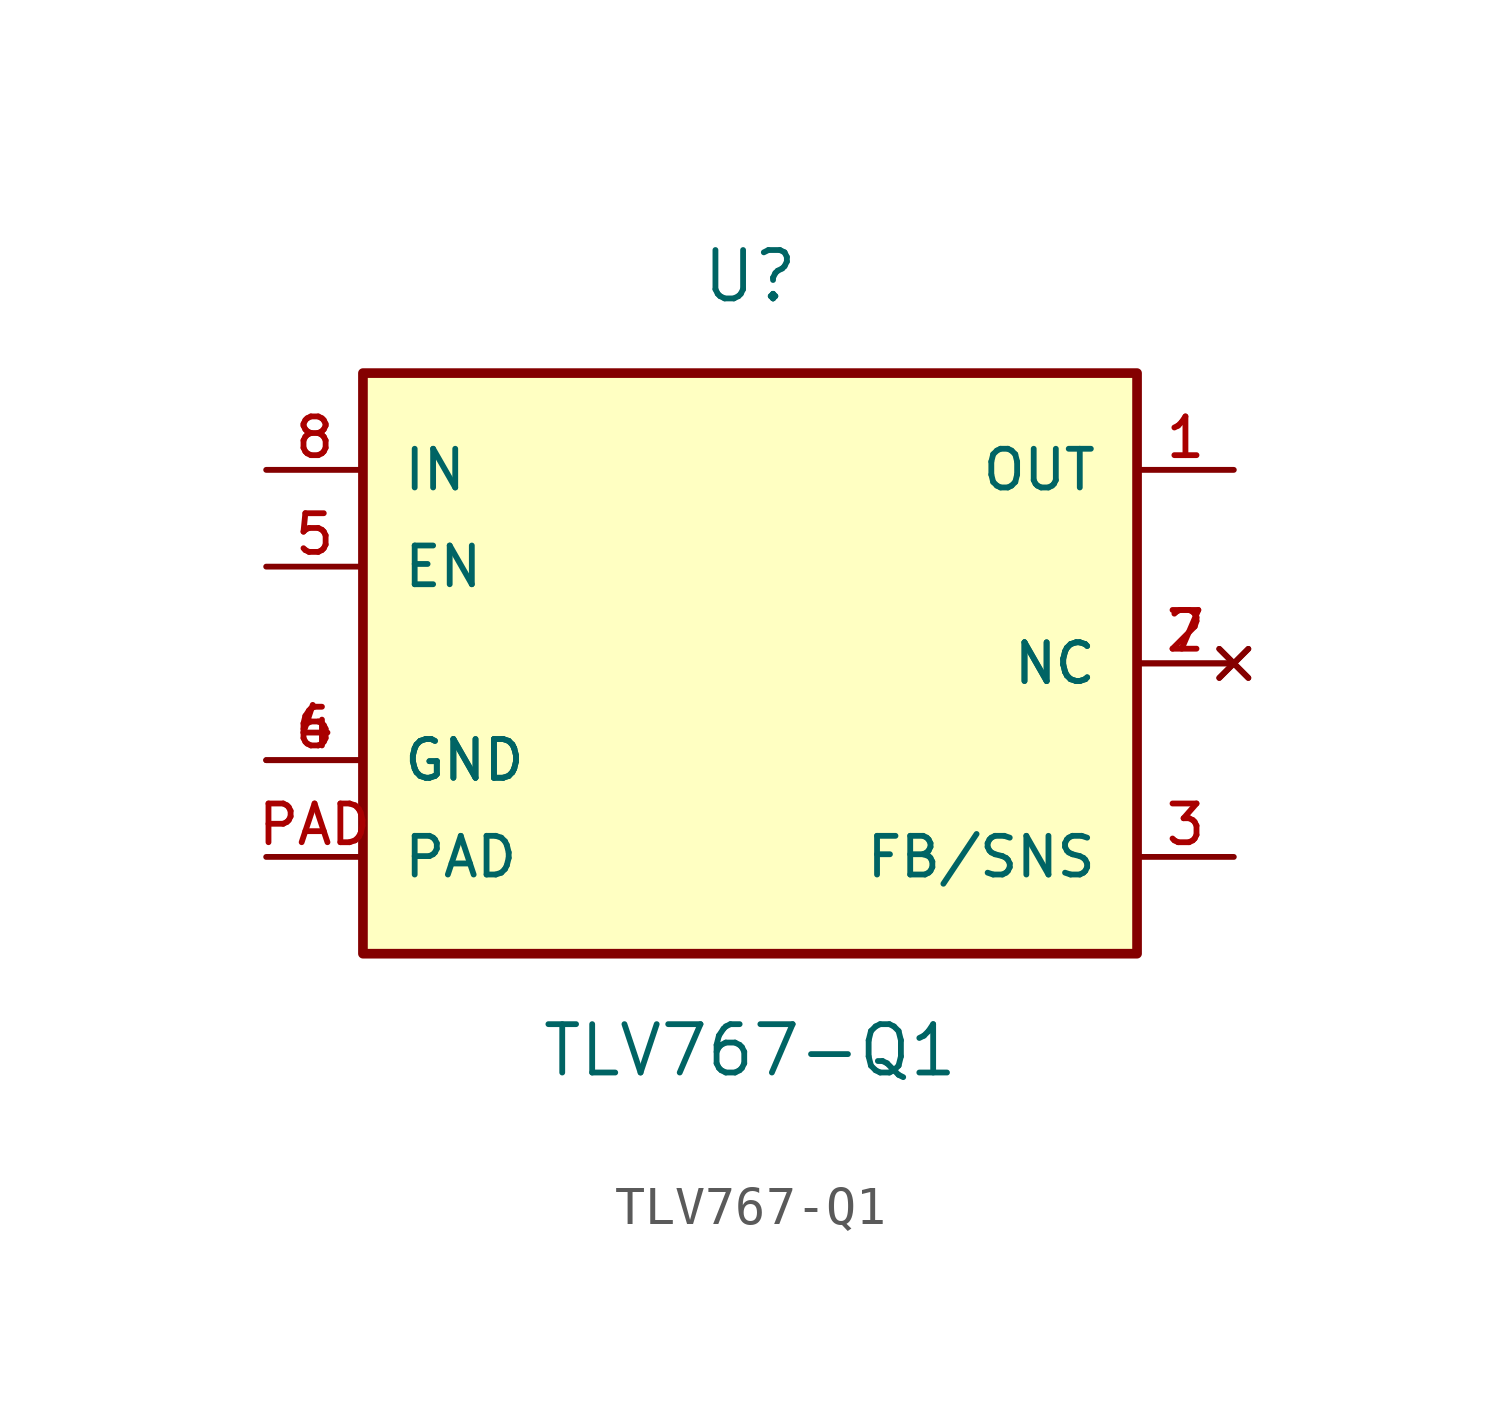
<source format=kicad_sym>
(kicad_symbol_lib
  (version 20211014)
  (generator kicad_symbol_editor)
  (symbol "TLV767-Q1"
    (pin_names
      (offset 1.016))
    (property "Reference" "U"
      (at 0.0 10.16 0)
      (effects (font (size 1.27 1.27))))
    (property "Value" "TLV767-Q1"
      (at 0.0 -10.16 0)
      (effects (font (size 1.27 1.27))))
    (symbol "TLV767-Q1_0_0"
      (rectangle (start -10.16 -7.62) (end 10.16 7.62) (stroke (width 0.254)) (fill (type background)))
      (pin input line (at -12.7 2.54 0) (length 2.54) (name "EN" (effects (font (size 1.016 1.016)))) (number "5" (effects (font (size 1.016 1.016)))))
      (pin power_in line (at -12.7 -2.54 0) (length 2.54) (name "GND" (effects (font (size 1.016 1.016)))) (number "4" (effects (font (size 1.016 1.016)))))
      (pin power_in line (at -12.7 -2.54 0) (length 2.54) (name "GND" (effects (font (size 1.016 1.016)))) (number "6" (effects (font (size 1.016 1.016)))))
      (pin power_in line (at 12.7 5.08 180.0) (length 2.54) (name "OUT" (effects (font (size 1.016 1.016)))) (number "1" (effects (font (size 1.016 1.016)))))
      (pin power_in line (at -12.7 5.08 0) (length 2.54) (name "IN" (effects (font (size 1.016 1.016)))) (number "8" (effects (font (size 1.016 1.016)))))
      (pin input line (at 12.7 -5.08 180.0) (length 2.54) (name "FB/SNS" (effects (font (size 1.016 1.016)))) (number "3" (effects (font (size 1.016 1.016)))))
      (pin no_connect line (at 12.7 0.0 180.0) (length 2.54) (name "NC" (effects (font (size 1.016 1.016)))) (number "2" (effects (font (size 1.016 1.016)))))
      (pin no_connect line (at 12.7 0.0 180.0) (length 2.54) (name "NC" (effects (font (size 1.016 1.016)))) (number "7" (effects (font (size 1.016 1.016)))))
      (pin power_in line (at -12.7 -5.08 0) (length 2.54) (name "PAD" (effects (font (size 1.016 1.016)))) (number "PAD" (effects (font (size 1.016 1.016))))))))
</source>
